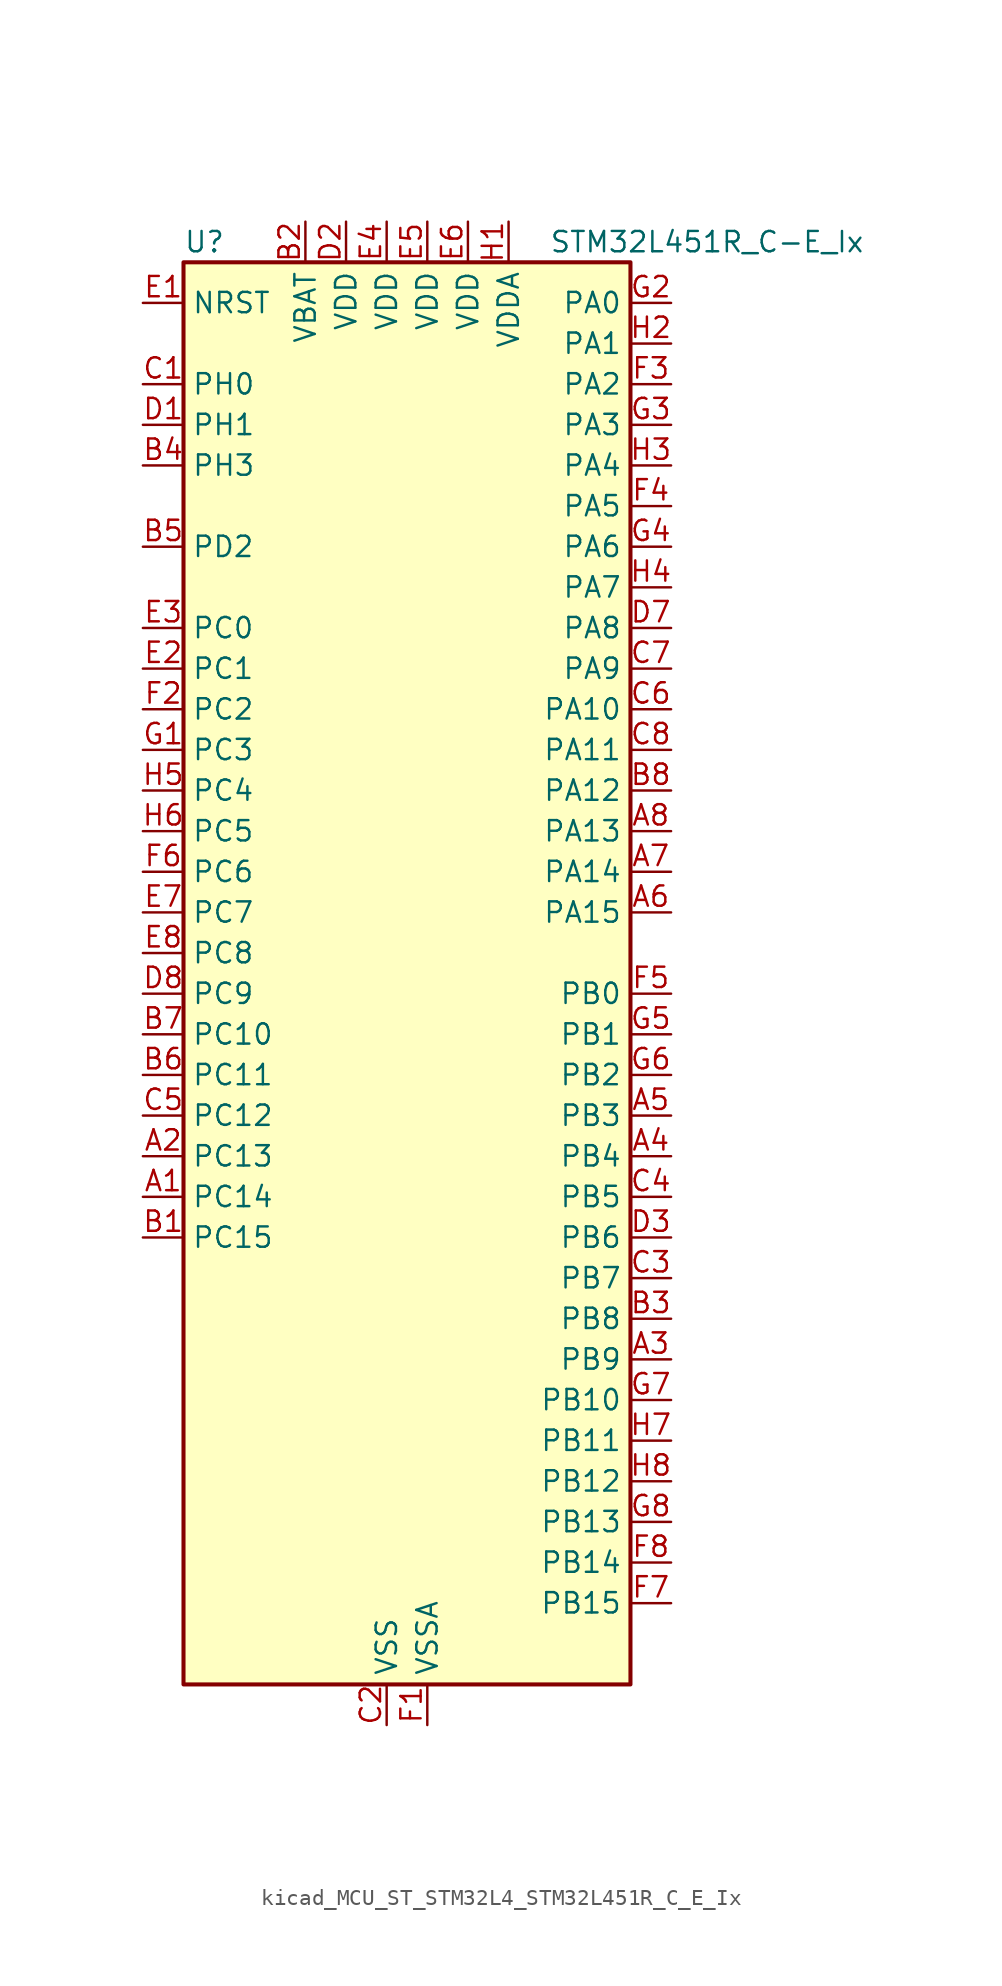
<source format=kicad_sym>
(kicad_symbol_lib
  (version 20220914)
  (generator kicad_symbol_editor)
  (symbol "kicad_MCU_ST_STM32L4_STM32L451R_C_E_Ix"
    (property "Reference" "U"
      (at -12.7 46.99 0)
      (effects (font (size 1.27 1.27)) (justify left)))
    (property "Value" "STM32L451R_C-E_Ix"
      (at 10.16 46.99 0)
      (effects (font (size 1.27 1.27)) (justify left)))
    (property "ki_locked" ""
      (at 0 0 0)
      (effects (font (size 1.27 1.27))))
    (symbol "kicad_MCU_ST_STM32L4_STM32L451R_C_E_Ix_0_1"
      (rectangle (start -12.7 -43.18) (end 15.24 45.72) (stroke (width 0.254) (type default)) (fill (type background))))
    (symbol "kicad_MCU_ST_STM32L4_STM32L451R_C_E_Ix_1_1"
      (pin bidirectional line (at -15.24 -12.7 0) (length 2.54) (name "PC14" (effects (font (size 1.27 1.27)))) (number "A1" (effects (font (size 1.27 1.27)))) (alternate "RCC_OSC32_IN" bidirectional line))
      (pin bidirectional line (at -15.24 -10.16 0) (length 2.54) (name "PC13" (effects (font (size 1.27 1.27)))) (number "A2" (effects (font (size 1.27 1.27)))) (alternate "RTC_OUT_ALARM" bidirectional line) (alternate "RTC_OUT_CALIB" bidirectional line) (alternate "RTC_TAMP1" bidirectional line) (alternate "RTC_TS" bidirectional line) (alternate "SYS_WKUP2" bidirectional line))
      (pin bidirectional line (at 17.78 -22.86 180) (length 2.54) (name "PB9" (effects (font (size 1.27 1.27)))) (number "A3" (effects (font (size 1.27 1.27)))) (alternate "CAN1_TX" bidirectional line) (alternate "DAC1_EXTI9" bidirectional line) (alternate "I2C1_SDA" bidirectional line) (alternate "IR_OUT" bidirectional line) (alternate "SAI1_FS_A" bidirectional line) (alternate "SDMMC1_D5" bidirectional line) (alternate "SPI2_NSS" bidirectional line))
      (pin bidirectional line (at 17.78 -10.16 180) (length 2.54) (name "PB4" (effects (font (size 1.27 1.27)))) (number "A4" (effects (font (size 1.27 1.27)))) (alternate "COMP2_INP" bidirectional line) (alternate "I2C3_SDA" bidirectional line) (alternate "SAI1_MCLK_B" bidirectional line) (alternate "SPI1_MISO" bidirectional line) (alternate "SPI3_MISO" bidirectional line) (alternate "SYS_JTRST" bidirectional line) (alternate "TIM3_CH1" bidirectional line) (alternate "TSC_G2_IO1" bidirectional line) (alternate "USART1_CTS" bidirectional line))
      (pin bidirectional line (at 17.78 -7.62 180) (length 2.54) (name "PB3" (effects (font (size 1.27 1.27)))) (number "A5" (effects (font (size 1.27 1.27)))) (alternate "COMP2_INM" bidirectional line) (alternate "SAI1_SCK_B" bidirectional line) (alternate "SPI1_SCK" bidirectional line) (alternate "SPI3_SCK" bidirectional line) (alternate "SYS_JTDO-SWO" bidirectional line) (alternate "TIM2_CH2" bidirectional line) (alternate "USART1_DE" bidirectional line) (alternate "USART1_RTS" bidirectional line))
      (pin bidirectional line (at 17.78 5.08 180) (length 2.54) (name "PA15" (effects (font (size 1.27 1.27)))) (number "A6" (effects (font (size 1.27 1.27)))) (alternate "ADC1_EXTI15" bidirectional line) (alternate "SPI1_NSS" bidirectional line) (alternate "SPI3_NSS" bidirectional line) (alternate "SYS_JTDI" bidirectional line) (alternate "TIM2_CH1" bidirectional line) (alternate "TIM2_ETR" bidirectional line) (alternate "TSC_G3_IO1" bidirectional line) (alternate "UART4_DE" bidirectional line) (alternate "UART4_RTS" bidirectional line) (alternate "USART2_RX" bidirectional line) (alternate "USART3_DE" bidirectional line) (alternate "USART3_RTS" bidirectional line))
      (pin bidirectional line (at 17.78 7.62 180) (length 2.54) (name "PA14" (effects (font (size 1.27 1.27)))) (number "A7" (effects (font (size 1.27 1.27)))) (alternate "I2C1_SMBA" bidirectional line) (alternate "I2C4_SMBA" bidirectional line) (alternate "LPTIM1_OUT" bidirectional line) (alternate "SAI1_FS_B" bidirectional line) (alternate "SYS_JTCK-SWCLK" bidirectional line))
      (pin bidirectional line (at 17.78 10.16 180) (length 2.54) (name "PA13" (effects (font (size 1.27 1.27)))) (number "A8" (effects (font (size 1.27 1.27)))) (alternate "IR_OUT" bidirectional line) (alternate "SAI1_SD_B" bidirectional line) (alternate "SYS_JTMS-SWDIO" bidirectional line))
      (pin bidirectional line (at -15.24 -15.24 0) (length 2.54) (name "PC15" (effects (font (size 1.27 1.27)))) (number "B1" (effects (font (size 1.27 1.27)))) (alternate "ADC1_EXTI15" bidirectional line) (alternate "RCC_OSC32_OUT" bidirectional line))
      (pin power_in line (at -5.08 48.26 270) (length 2.54) (name "VBAT" (effects (font (size 1.27 1.27)))) (number "B2" (effects (font (size 1.27 1.27)))))
      (pin bidirectional line (at 17.78 -20.32 180) (length 2.54) (name "PB8" (effects (font (size 1.27 1.27)))) (number "B3" (effects (font (size 1.27 1.27)))) (alternate "CAN1_RX" bidirectional line) (alternate "I2C1_SCL" bidirectional line) (alternate "SAI1_MCLK_A" bidirectional line) (alternate "SDMMC1_D4" bidirectional line) (alternate "TIM16_CH1" bidirectional line))
      (pin bidirectional line (at -15.24 33.02 0) (length 2.54) (name "PH3" (effects (font (size 1.27 1.27)))) (number "B4" (effects (font (size 1.27 1.27)))))
      (pin bidirectional line (at -15.24 27.94 0) (length 2.54) (name "PD2" (effects (font (size 1.27 1.27)))) (number "B5" (effects (font (size 1.27 1.27)))) (alternate "SDMMC1_CMD" bidirectional line) (alternate "SYS_TRACED2" bidirectional line) (alternate "TIM3_ETR" bidirectional line) (alternate "TSC_SYNC" bidirectional line) (alternate "USART3_DE" bidirectional line) (alternate "USART3_RTS" bidirectional line))
      (pin bidirectional line (at -15.24 -5.08 0) (length 2.54) (name "PC11" (effects (font (size 1.27 1.27)))) (number "B6" (effects (font (size 1.27 1.27)))) (alternate "ADC1_EXTI11" bidirectional line) (alternate "SDMMC1_D3" bidirectional line) (alternate "SPI3_MISO" bidirectional line) (alternate "TSC_G3_IO3" bidirectional line) (alternate "UART4_RX" bidirectional line) (alternate "USART3_RX" bidirectional line))
      (pin bidirectional line (at -15.24 -2.54 0) (length 2.54) (name "PC10" (effects (font (size 1.27 1.27)))) (number "B7" (effects (font (size 1.27 1.27)))) (alternate "SDMMC1_D2" bidirectional line) (alternate "SPI3_SCK" bidirectional line) (alternate "SYS_TRACED1" bidirectional line) (alternate "TSC_G3_IO2" bidirectional line) (alternate "UART4_TX" bidirectional line) (alternate "USART3_TX" bidirectional line))
      (pin bidirectional line (at 17.78 12.7 180) (length 2.54) (name "PA12" (effects (font (size 1.27 1.27)))) (number "B8" (effects (font (size 1.27 1.27)))) (alternate "CAN1_TX" bidirectional line) (alternate "SPI1_MOSI" bidirectional line) (alternate "TIM1_ETR" bidirectional line) (alternate "USART1_DE" bidirectional line) (alternate "USART1_RTS" bidirectional line))
      (pin bidirectional line (at -15.24 38.1 0) (length 2.54) (name "PH0" (effects (font (size 1.27 1.27)))) (number "C1" (effects (font (size 1.27 1.27)))) (alternate "RCC_OSC_IN" bidirectional line))
      (pin power_in line (at 0 -45.72 90) (length 2.54) (name "VSS" (effects (font (size 1.27 1.27)))) (number "C2" (effects (font (size 1.27 1.27)))))
      (pin bidirectional line (at 17.78 -17.78 180) (length 2.54) (name "PB7" (effects (font (size 1.27 1.27)))) (number "C3" (effects (font (size 1.27 1.27)))) (alternate "COMP2_INM" bidirectional line) (alternate "I2C1_SDA" bidirectional line) (alternate "I2C4_SDA" bidirectional line) (alternate "LPTIM1_IN2" bidirectional line) (alternate "SYS_PVD_IN" bidirectional line) (alternate "TSC_G2_IO4" bidirectional line) (alternate "UART4_CTS" bidirectional line) (alternate "USART1_RX" bidirectional line))
      (pin bidirectional line (at 17.78 -12.7 180) (length 2.54) (name "PB5" (effects (font (size 1.27 1.27)))) (number "C4" (effects (font (size 1.27 1.27)))) (alternate "CAN1_RX" bidirectional line) (alternate "COMP2_OUT" bidirectional line) (alternate "I2C1_SMBA" bidirectional line) (alternate "LPTIM1_IN1" bidirectional line) (alternate "SAI1_SD_B" bidirectional line) (alternate "SPI1_MOSI" bidirectional line) (alternate "SPI3_MOSI" bidirectional line) (alternate "TIM16_BKIN" bidirectional line) (alternate "TIM3_CH2" bidirectional line) (alternate "TSC_G2_IO2" bidirectional line) (alternate "USART1_CK" bidirectional line))
      (pin bidirectional line (at -15.24 -7.62 0) (length 2.54) (name "PC12" (effects (font (size 1.27 1.27)))) (number "C5" (effects (font (size 1.27 1.27)))) (alternate "SDMMC1_CK" bidirectional line) (alternate "SPI3_MOSI" bidirectional line) (alternate "SYS_TRACED3" bidirectional line) (alternate "TSC_G3_IO4" bidirectional line) (alternate "USART3_CK" bidirectional line))
      (pin bidirectional line (at 17.78 17.78 180) (length 2.54) (name "PA10" (effects (font (size 1.27 1.27)))) (number "C6" (effects (font (size 1.27 1.27)))) (alternate "I2C1_SDA" bidirectional line) (alternate "SAI1_SD_A" bidirectional line) (alternate "TIM1_CH3" bidirectional line) (alternate "USART1_RX" bidirectional line))
      (pin bidirectional line (at 17.78 20.32 180) (length 2.54) (name "PA9" (effects (font (size 1.27 1.27)))) (number "C7" (effects (font (size 1.27 1.27)))) (alternate "DAC1_EXTI9" bidirectional line) (alternate "DFSDM1_DATIN1" bidirectional line) (alternate "I2C1_SCL" bidirectional line) (alternate "SAI1_FS_A" bidirectional line) (alternate "TIM15_BKIN" bidirectional line) (alternate "TIM1_CH2" bidirectional line) (alternate "USART1_TX" bidirectional line))
      (pin bidirectional line (at 17.78 15.24 180) (length 2.54) (name "PA11" (effects (font (size 1.27 1.27)))) (number "C8" (effects (font (size 1.27 1.27)))) (alternate "ADC1_EXTI11" bidirectional line) (alternate "CAN1_RX" bidirectional line) (alternate "COMP1_OUT" bidirectional line) (alternate "SPI1_MISO" bidirectional line) (alternate "TIM1_BKIN2" bidirectional line) (alternate "TIM1_BKIN2_COMP1" bidirectional line) (alternate "TIM1_CH4" bidirectional line) (alternate "USART1_CTS" bidirectional line))
      (pin bidirectional line (at -15.24 35.56 0) (length 2.54) (name "PH1" (effects (font (size 1.27 1.27)))) (number "D1" (effects (font (size 1.27 1.27)))) (alternate "RCC_OSC_OUT" bidirectional line))
      (pin power_in line (at -2.54 48.26 270) (length 2.54) (name "VDD" (effects (font (size 1.27 1.27)))) (number "D2" (effects (font (size 1.27 1.27)))))
      (pin bidirectional line (at 17.78 -15.24 180) (length 2.54) (name "PB6" (effects (font (size 1.27 1.27)))) (number "D3" (effects (font (size 1.27 1.27)))) (alternate "CAN1_TX" bidirectional line) (alternate "COMP2_INP" bidirectional line) (alternate "I2C1_SCL" bidirectional line) (alternate "I2C4_SCL" bidirectional line) (alternate "LPTIM1_ETR" bidirectional line) (alternate "SAI1_FS_B" bidirectional line) (alternate "TIM16_CH1N" bidirectional line) (alternate "TSC_G2_IO3" bidirectional line) (alternate "USART1_TX" bidirectional line))
      (pin passive line (at 0 -45.72 90) (length 2.54) hide (name "VSS" (effects (font (size 1.27 1.27)))) (number "D4" (effects (font (size 1.27 1.27)))))
      (pin passive line (at 0 -45.72 90) (length 2.54) hide (name "VSS" (effects (font (size 1.27 1.27)))) (number "D5" (effects (font (size 1.27 1.27)))))
      (pin passive line (at 0 -45.72 90) (length 2.54) hide (name "VSS" (effects (font (size 1.27 1.27)))) (number "D6" (effects (font (size 1.27 1.27)))))
      (pin bidirectional line (at 17.78 22.86 180) (length 2.54) (name "PA8" (effects (font (size 1.27 1.27)))) (number "D7" (effects (font (size 1.27 1.27)))) (alternate "DFSDM1_CKIN1" bidirectional line) (alternate "LPTIM2_OUT" bidirectional line) (alternate "RCC_MCO" bidirectional line) (alternate "SAI1_SCK_A" bidirectional line) (alternate "TIM1_CH1" bidirectional line) (alternate "USART1_CK" bidirectional line))
      (pin bidirectional line (at -15.24 0 0) (length 2.54) (name "PC9" (effects (font (size 1.27 1.27)))) (number "D8" (effects (font (size 1.27 1.27)))) (alternate "DAC1_EXTI9" bidirectional line) (alternate "SDMMC1_D1" bidirectional line) (alternate "TIM3_CH4" bidirectional line) (alternate "TSC_G4_IO4" bidirectional line))
      (pin input line (at -15.24 43.18 0) (length 2.54) (name "NRST" (effects (font (size 1.27 1.27)))) (number "E1" (effects (font (size 1.27 1.27)))))
      (pin bidirectional line (at -15.24 20.32 0) (length 2.54) (name "PC1" (effects (font (size 1.27 1.27)))) (number "E2" (effects (font (size 1.27 1.27)))) (alternate "ADC1_IN2" bidirectional line) (alternate "I2C3_SDA" bidirectional line) (alternate "I2C4_SDA" bidirectional line) (alternate "LPTIM1_OUT" bidirectional line) (alternate "LPUART1_TX" bidirectional line) (alternate "SYS_TRACED0" bidirectional line))
      (pin bidirectional line (at -15.24 22.86 0) (length 2.54) (name "PC0" (effects (font (size 1.27 1.27)))) (number "E3" (effects (font (size 1.27 1.27)))) (alternate "ADC1_IN1" bidirectional line) (alternate "I2C3_SCL" bidirectional line) (alternate "I2C4_SCL" bidirectional line) (alternate "LPTIM1_IN1" bidirectional line) (alternate "LPTIM2_IN1" bidirectional line) (alternate "LPUART1_RX" bidirectional line))
      (pin power_in line (at 0 48.26 270) (length 2.54) (name "VDD" (effects (font (size 1.27 1.27)))) (number "E4" (effects (font (size 1.27 1.27)))))
      (pin power_in line (at 2.54 48.26 270) (length 2.54) (name "VDD" (effects (font (size 1.27 1.27)))) (number "E5" (effects (font (size 1.27 1.27)))))
      (pin power_in line (at 5.08 48.26 270) (length 2.54) (name "VDD" (effects (font (size 1.27 1.27)))) (number "E6" (effects (font (size 1.27 1.27)))))
      (pin bidirectional line (at -15.24 5.08 0) (length 2.54) (name "PC7" (effects (font (size 1.27 1.27)))) (number "E7" (effects (font (size 1.27 1.27)))) (alternate "DFSDM1_DATIN3" bidirectional line) (alternate "SDMMC1_D7" bidirectional line) (alternate "TIM3_CH2" bidirectional line) (alternate "TSC_G4_IO2" bidirectional line))
      (pin bidirectional line (at -15.24 2.54 0) (length 2.54) (name "PC8" (effects (font (size 1.27 1.27)))) (number "E8" (effects (font (size 1.27 1.27)))) (alternate "SDMMC1_D0" bidirectional line) (alternate "TIM3_CH3" bidirectional line) (alternate "TSC_G4_IO3" bidirectional line))
      (pin power_in line (at 2.54 -45.72 90) (length 2.54) (name "VSSA" (effects (font (size 1.27 1.27)))) (number "F1" (effects (font (size 1.27 1.27)))))
      (pin bidirectional line (at -15.24 17.78 0) (length 2.54) (name "PC2" (effects (font (size 1.27 1.27)))) (number "F2" (effects (font (size 1.27 1.27)))) (alternate "ADC1_IN3" bidirectional line) (alternate "DFSDM1_CKOUT" bidirectional line) (alternate "LPTIM1_IN2" bidirectional line) (alternate "SPI2_MISO" bidirectional line))
      (pin bidirectional line (at 17.78 38.1 180) (length 2.54) (name "PA2" (effects (font (size 1.27 1.27)))) (number "F3" (effects (font (size 1.27 1.27)))) (alternate "ADC1_IN7" bidirectional line) (alternate "COMP2_INM" bidirectional line) (alternate "COMP2_OUT" bidirectional line) (alternate "LPUART1_TX" bidirectional line) (alternate "QUADSPI_BK1_NCS" bidirectional line) (alternate "RCC_LSCO" bidirectional line) (alternate "SYS_WKUP4" bidirectional line) (alternate "TIM15_CH1" bidirectional line) (alternate "TIM2_CH3" bidirectional line) (alternate "USART2_TX" bidirectional line))
      (pin bidirectional line (at 17.78 30.48 180) (length 2.54) (name "PA5" (effects (font (size 1.27 1.27)))) (number "F4" (effects (font (size 1.27 1.27)))) (alternate "ADC1_IN10" bidirectional line) (alternate "COMP1_INM" bidirectional line) (alternate "COMP2_INM" bidirectional line) (alternate "DFSDM1_CKOUT" bidirectional line) (alternate "LPTIM2_ETR" bidirectional line) (alternate "SPI1_SCK" bidirectional line) (alternate "TIM2_CH1" bidirectional line) (alternate "TIM2_ETR" bidirectional line))
      (pin bidirectional line (at 17.78 0 180) (length 2.54) (name "PB0" (effects (font (size 1.27 1.27)))) (number "F5" (effects (font (size 1.27 1.27)))) (alternate "ADC1_IN15" bidirectional line) (alternate "COMP1_OUT" bidirectional line) (alternate "DFSDM1_CKIN0" bidirectional line) (alternate "QUADSPI_BK1_IO1" bidirectional line) (alternate "SAI1_EXTCLK" bidirectional line) (alternate "SPI1_NSS" bidirectional line) (alternate "TIM1_CH2N" bidirectional line) (alternate "TIM3_CH3" bidirectional line) (alternate "USART3_CK" bidirectional line))
      (pin bidirectional line (at -15.24 7.62 0) (length 2.54) (name "PC6" (effects (font (size 1.27 1.27)))) (number "F6" (effects (font (size 1.27 1.27)))) (alternate "DFSDM1_CKIN3" bidirectional line) (alternate "SDMMC1_D6" bidirectional line) (alternate "TIM3_CH1" bidirectional line) (alternate "TSC_G4_IO1" bidirectional line))
      (pin bidirectional line (at 17.78 -38.1 180) (length 2.54) (name "PB15" (effects (font (size 1.27 1.27)))) (number "F7" (effects (font (size 1.27 1.27)))) (alternate "ADC1_EXTI15" bidirectional line) (alternate "DFSDM1_CKIN2" bidirectional line) (alternate "RTC_REFIN" bidirectional line) (alternate "SAI1_SD_A" bidirectional line) (alternate "SPI2_MOSI" bidirectional line) (alternate "TIM15_CH2" bidirectional line) (alternate "TIM1_CH3N" bidirectional line) (alternate "TSC_G1_IO4" bidirectional line))
      (pin bidirectional line (at 17.78 -35.56 180) (length 2.54) (name "PB14" (effects (font (size 1.27 1.27)))) (number "F8" (effects (font (size 1.27 1.27)))) (alternate "DFSDM1_DATIN2" bidirectional line) (alternate "I2C2_SDA" bidirectional line) (alternate "SAI1_MCLK_A" bidirectional line) (alternate "SPI2_MISO" bidirectional line) (alternate "TIM15_CH1" bidirectional line) (alternate "TIM1_CH2N" bidirectional line) (alternate "TSC_G1_IO3" bidirectional line) (alternate "USART3_DE" bidirectional line) (alternate "USART3_RTS" bidirectional line))
      (pin bidirectional line (at -15.24 15.24 0) (length 2.54) (name "PC3" (effects (font (size 1.27 1.27)))) (number "G1" (effects (font (size 1.27 1.27)))) (alternate "ADC1_IN4" bidirectional line) (alternate "LPTIM1_ETR" bidirectional line) (alternate "LPTIM2_ETR" bidirectional line) (alternate "SAI1_SD_A" bidirectional line) (alternate "SPI2_MOSI" bidirectional line))
      (pin bidirectional line (at 17.78 43.18 180) (length 2.54) (name "PA0" (effects (font (size 1.27 1.27)))) (number "G2" (effects (font (size 1.27 1.27)))) (alternate "ADC1_IN5" bidirectional line) (alternate "COMP1_INM" bidirectional line) (alternate "COMP1_OUT" bidirectional line) (alternate "OPAMP1_VINP" bidirectional line) (alternate "RTC_TAMP2" bidirectional line) (alternate "SAI1_EXTCLK" bidirectional line) (alternate "SYS_WKUP1" bidirectional line) (alternate "TIM2_CH1" bidirectional line) (alternate "TIM2_ETR" bidirectional line) (alternate "UART4_TX" bidirectional line) (alternate "USART2_CTS" bidirectional line))
      (pin bidirectional line (at 17.78 35.56 180) (length 2.54) (name "PA3" (effects (font (size 1.27 1.27)))) (number "G3" (effects (font (size 1.27 1.27)))) (alternate "ADC1_IN8" bidirectional line) (alternate "COMP2_INP" bidirectional line) (alternate "LPUART1_RX" bidirectional line) (alternate "OPAMP1_VOUT" bidirectional line) (alternate "QUADSPI_CLK" bidirectional line) (alternate "SAI1_MCLK_A" bidirectional line) (alternate "TIM15_CH2" bidirectional line) (alternate "TIM2_CH4" bidirectional line) (alternate "USART2_RX" bidirectional line))
      (pin bidirectional line (at 17.78 27.94 180) (length 2.54) (name "PA6" (effects (font (size 1.27 1.27)))) (number "G4" (effects (font (size 1.27 1.27)))) (alternate "ADC1_IN11" bidirectional line) (alternate "COMP1_OUT" bidirectional line) (alternate "LPUART1_CTS" bidirectional line) (alternate "QUADSPI_BK1_IO3" bidirectional line) (alternate "SPI1_MISO" bidirectional line) (alternate "TIM16_CH1" bidirectional line) (alternate "TIM1_BKIN" bidirectional line) (alternate "TIM1_BKIN_COMP2" bidirectional line) (alternate "TIM3_CH1" bidirectional line) (alternate "USART3_CTS" bidirectional line))
      (pin bidirectional line (at 17.78 -2.54 180) (length 2.54) (name "PB1" (effects (font (size 1.27 1.27)))) (number "G5" (effects (font (size 1.27 1.27)))) (alternate "ADC1_IN16" bidirectional line) (alternate "COMP1_INM" bidirectional line) (alternate "DFSDM1_DATIN0" bidirectional line) (alternate "LPTIM2_IN1" bidirectional line) (alternate "LPUART1_DE" bidirectional line) (alternate "LPUART1_RTS" bidirectional line) (alternate "QUADSPI_BK1_IO0" bidirectional line) (alternate "TIM1_CH3N" bidirectional line) (alternate "TIM3_CH4" bidirectional line) (alternate "USART3_DE" bidirectional line) (alternate "USART3_RTS" bidirectional line))
      (pin bidirectional line (at 17.78 -5.08 180) (length 2.54) (name "PB2" (effects (font (size 1.27 1.27)))) (number "G6" (effects (font (size 1.27 1.27)))) (alternate "COMP1_INP" bidirectional line) (alternate "DFSDM1_CKIN0" bidirectional line) (alternate "I2C3_SMBA" bidirectional line) (alternate "LPTIM1_OUT" bidirectional line) (alternate "RTC_OUT_ALARM" bidirectional line) (alternate "RTC_OUT_CALIB" bidirectional line))
      (pin bidirectional line (at 17.78 -25.4 180) (length 2.54) (name "PB10" (effects (font (size 1.27 1.27)))) (number "G7" (effects (font (size 1.27 1.27)))) (alternate "COMP1_OUT" bidirectional line) (alternate "I2C2_SCL" bidirectional line) (alternate "I2C4_SCL" bidirectional line) (alternate "LPUART1_RX" bidirectional line) (alternate "QUADSPI_CLK" bidirectional line) (alternate "SAI1_SCK_A" bidirectional line) (alternate "SPI2_SCK" bidirectional line) (alternate "TIM2_CH3" bidirectional line) (alternate "TSC_SYNC" bidirectional line) (alternate "USART3_TX" bidirectional line))
      (pin bidirectional line (at 17.78 -33.02 180) (length 2.54) (name "PB13" (effects (font (size 1.27 1.27)))) (number "G8" (effects (font (size 1.27 1.27)))) (alternate "CAN1_TX" bidirectional line) (alternate "DFSDM1_CKIN1" bidirectional line) (alternate "I2C2_SCL" bidirectional line) (alternate "LPUART1_CTS" bidirectional line) (alternate "SAI1_SCK_A" bidirectional line) (alternate "SPI2_SCK" bidirectional line) (alternate "TIM15_CH1N" bidirectional line) (alternate "TIM1_CH1N" bidirectional line) (alternate "TSC_G1_IO2" bidirectional line) (alternate "USART3_CTS" bidirectional line))
      (pin power_in line (at 7.62 48.26 270) (length 2.54) (name "VDDA" (effects (font (size 1.27 1.27)))) (number "H1" (effects (font (size 1.27 1.27)))))
      (pin bidirectional line (at 17.78 40.64 180) (length 2.54) (name "PA1" (effects (font (size 1.27 1.27)))) (number "H2" (effects (font (size 1.27 1.27)))) (alternate "ADC1_IN6" bidirectional line) (alternate "COMP1_INP" bidirectional line) (alternate "I2C1_SMBA" bidirectional line) (alternate "OPAMP1_VINM" bidirectional line) (alternate "SPI1_SCK" bidirectional line) (alternate "TIM15_CH1N" bidirectional line) (alternate "TIM2_CH2" bidirectional line) (alternate "UART4_RX" bidirectional line) (alternate "USART2_DE" bidirectional line) (alternate "USART2_RTS" bidirectional line))
      (pin bidirectional line (at 17.78 33.02 180) (length 2.54) (name "PA4" (effects (font (size 1.27 1.27)))) (number "H3" (effects (font (size 1.27 1.27)))) (alternate "ADC1_IN9" bidirectional line) (alternate "COMP1_INM" bidirectional line) (alternate "COMP2_INM" bidirectional line) (alternate "DAC1_OUT1" bidirectional line) (alternate "LPTIM2_OUT" bidirectional line) (alternate "SAI1_FS_B" bidirectional line) (alternate "SPI1_NSS" bidirectional line) (alternate "SPI3_NSS" bidirectional line) (alternate "USART2_CK" bidirectional line))
      (pin bidirectional line (at 17.78 25.4 180) (length 2.54) (name "PA7" (effects (font (size 1.27 1.27)))) (number "H4" (effects (font (size 1.27 1.27)))) (alternate "ADC1_IN12" bidirectional line) (alternate "COMP2_OUT" bidirectional line) (alternate "DFSDM1_DATIN0" bidirectional line) (alternate "I2C3_SCL" bidirectional line) (alternate "QUADSPI_BK1_IO2" bidirectional line) (alternate "SPI1_MOSI" bidirectional line) (alternate "TIM1_CH1N" bidirectional line) (alternate "TIM3_CH2" bidirectional line))
      (pin bidirectional line (at -15.24 12.7 0) (length 2.54) (name "PC4" (effects (font (size 1.27 1.27)))) (number "H5" (effects (font (size 1.27 1.27)))) (alternate "ADC1_IN13" bidirectional line) (alternate "COMP1_INM" bidirectional line) (alternate "USART3_TX" bidirectional line))
      (pin bidirectional line (at -15.24 10.16 0) (length 2.54) (name "PC5" (effects (font (size 1.27 1.27)))) (number "H6" (effects (font (size 1.27 1.27)))) (alternate "ADC1_IN14" bidirectional line) (alternate "COMP1_INP" bidirectional line) (alternate "SYS_WKUP5" bidirectional line) (alternate "USART3_RX" bidirectional line))
      (pin bidirectional line (at 17.78 -27.94 180) (length 2.54) (name "PB11" (effects (font (size 1.27 1.27)))) (number "H7" (effects (font (size 1.27 1.27)))) (alternate "ADC1_EXTI11" bidirectional line) (alternate "COMP2_OUT" bidirectional line) (alternate "I2C2_SDA" bidirectional line) (alternate "I2C4_SDA" bidirectional line) (alternate "LPUART1_TX" bidirectional line) (alternate "QUADSPI_BK1_NCS" bidirectional line) (alternate "TIM2_CH4" bidirectional line) (alternate "USART3_RX" bidirectional line))
      (pin bidirectional line (at 17.78 -30.48 180) (length 2.54) (name "PB12" (effects (font (size 1.27 1.27)))) (number "H8" (effects (font (size 1.27 1.27)))) (alternate "CAN1_RX" bidirectional line) (alternate "DFSDM1_DATIN1" bidirectional line) (alternate "I2C2_SMBA" bidirectional line) (alternate "LPUART1_DE" bidirectional line) (alternate "LPUART1_RTS" bidirectional line) (alternate "SAI1_FS_A" bidirectional line) (alternate "SPI2_NSS" bidirectional line) (alternate "TIM15_BKIN" bidirectional line) (alternate "TIM1_BKIN" bidirectional line) (alternate "TIM1_BKIN_COMP2" bidirectional line) (alternate "TSC_G1_IO1" bidirectional line) (alternate "USART3_CK" bidirectional line)))))
</source>
